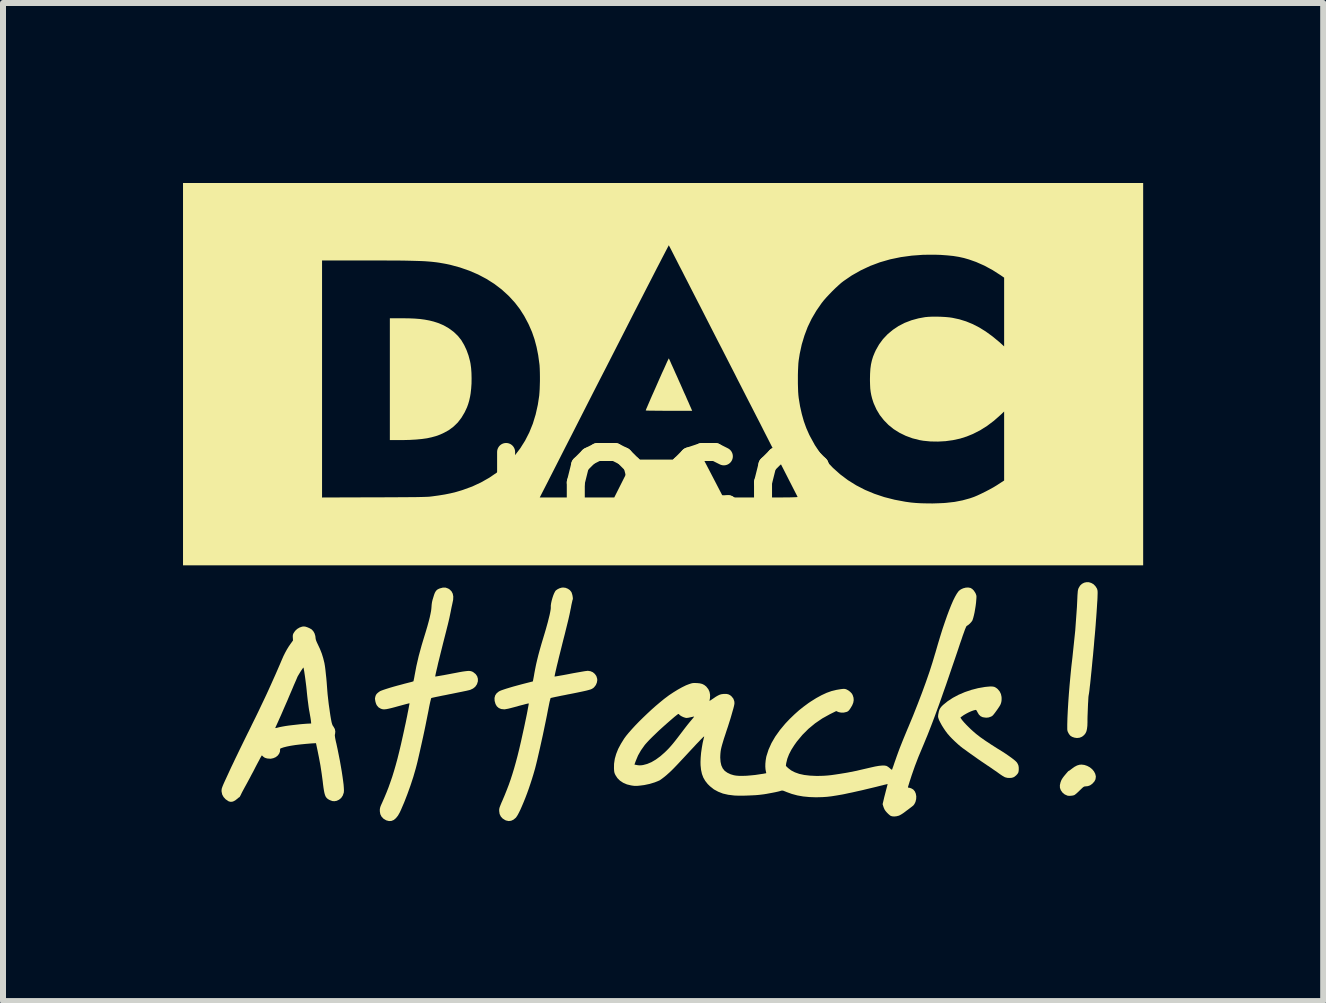
<source format=kicad_pcb>
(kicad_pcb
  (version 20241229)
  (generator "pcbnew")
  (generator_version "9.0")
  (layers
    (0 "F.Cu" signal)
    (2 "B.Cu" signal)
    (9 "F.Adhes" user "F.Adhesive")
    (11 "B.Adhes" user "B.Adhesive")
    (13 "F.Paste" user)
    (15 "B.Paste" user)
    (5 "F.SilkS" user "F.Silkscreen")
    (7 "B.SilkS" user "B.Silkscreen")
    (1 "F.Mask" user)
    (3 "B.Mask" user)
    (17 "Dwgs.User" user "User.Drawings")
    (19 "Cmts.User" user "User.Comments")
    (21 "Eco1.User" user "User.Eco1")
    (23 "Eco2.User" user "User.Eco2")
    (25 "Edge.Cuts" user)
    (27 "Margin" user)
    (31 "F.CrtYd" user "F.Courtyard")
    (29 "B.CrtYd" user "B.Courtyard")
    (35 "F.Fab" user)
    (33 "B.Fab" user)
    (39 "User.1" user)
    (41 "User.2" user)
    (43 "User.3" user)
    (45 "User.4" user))
  (footprint "LOGO"
    (layer "F.Cu")
    (at 7.997 5.317)
    (property "Reference" "LOGO" (at 0 0 0) (layer "F.SilkS") (effects (font (size 1.524 1.524) (thickness 0.3))))
    (attr board_only exclude_from_pos_files exclude_from_bom)
    (fp_poly (pts (xy -4.238 -3.062) (xy -4.139 -3.058) (xy -4.049 -3.051) (xy -3.968 -3.04) (xy -3.892 -3.026) (xy -3.82 -3.008) (xy -3.751 -2.986) (xy -3.747 -2.985) (xy -3.653 -2.945) (xy -3.566 -2.895) (xy -3.486 -2.836) (xy -3.416 -2.769) (xy -3.357 -2.695) (xy -3.357 -2.694) (xy -3.312 -2.618) (xy -3.272 -2.533) (xy -3.239 -2.442) (xy -3.214 -2.348) (xy -3.206 -2.308) (xy -3.196 -2.235) (xy -3.19 -2.153) (xy -3.188 -2.065) (xy -3.189 -1.976) (xy -3.195 -1.89) (xy -3.204 -1.81) (xy -3.213 -1.757) (xy -3.228 -1.69) (xy -3.245 -1.632) (xy -3.265 -1.577) (xy -3.292 -1.52) (xy -3.302 -1.498) (xy -3.356 -1.407) (xy -3.417 -1.327) (xy -3.487 -1.259) (xy -3.564 -1.201) (xy -3.583 -1.19) (xy -3.647 -1.155) (xy -3.712 -1.125) (xy -3.78 -1.1) (xy -3.853 -1.08) (xy -3.931 -1.063) (xy -4.017 -1.051) (xy -4.112 -1.042) (xy -4.217 -1.036) (xy -4.333 -1.033) (xy -4.391 -1.033) (xy -4.55 -1.033) (xy -4.55 -3.063) (xy -4.349 -3.063)) (stroke (width 0) (type solid)) (fill yes) (layer "F.SilkS"))
    (fp_poly (pts (xy 0.102 -2.388) (xy 0.111 -2.37) (xy 0.124 -2.341) (xy 0.14 -2.304) (xy 0.161 -2.258) (xy 0.184 -2.207) (xy 0.209 -2.15) (xy 0.237 -2.089) (xy 0.265 -2.025) (xy 0.294 -1.961) (xy 0.323 -1.895) (xy 0.351 -1.831) (xy 0.379 -1.77) (xy 0.404 -1.712) (xy 0.428 -1.659) (xy 0.448 -1.612) (xy 0.466 -1.572) (xy 0.475 -1.551) (xy 0.488 -1.521) (xy 0.101 -1.521) (xy 0.029 -1.521) (xy -0.039 -1.522) (xy -0.101 -1.522) (xy -0.156 -1.523) (xy -0.203 -1.523) (xy -0.241 -1.524) (xy -0.268 -1.525) (xy -0.283 -1.526) (xy -0.286 -1.526) (xy -0.283 -1.535) (xy -0.276 -1.554) (xy -0.263 -1.583) (xy -0.247 -1.621) (xy -0.227 -1.667) (xy -0.205 -1.719) (xy -0.18 -1.776) (xy -0.153 -1.836) (xy -0.125 -1.899) (xy -0.097 -1.963) (xy -0.069 -2.027) (xy -0.041 -2.09) (xy -0.014 -2.151) (xy 0.012 -2.207) (xy 0.035 -2.258) (xy 0.055 -2.303) (xy 0.072 -2.341) (xy 0.086 -2.369) (xy 0.095 -2.388) (xy 0.099 -2.395) (xy 0.099 -2.395)) (stroke (width 0) (type solid)) (fill yes) (layer "F.SilkS"))
    (fp_poly (pts (xy 7.025 4.381) (xy 7.072 4.397) (xy 7.116 4.421) (xy 7.154 4.452) (xy 7.184 4.488) (xy 7.205 4.528) (xy 7.215 4.569) (xy 7.215 4.579) (xy 7.21 4.619) (xy 7.192 4.655) (xy 7.161 4.69) (xy 7.155 4.695) (xy 7.119 4.721) (xy 7.082 4.734) (xy 7.044 4.738) (xy 7.031 4.739) (xy 7.021 4.742) (xy 7.009 4.748) (xy 6.994 4.76) (xy 6.974 4.779) (xy 6.946 4.806) (xy 6.946 4.806) (xy 6.919 4.832) (xy 6.894 4.855) (xy 6.873 4.872) (xy 6.859 4.882) (xy 6.857 4.883) (xy 6.835 4.89) (xy 6.805 4.894) (xy 6.775 4.896) (xy 6.75 4.894) (xy 6.741 4.892) (xy 6.696 4.872) (xy 6.659 4.841) (xy 6.657 4.838) (xy 6.631 4.801) (xy 6.617 4.761) (xy 6.616 4.718) (xy 6.627 4.67) (xy 6.629 4.666) (xy 6.638 4.641) (xy 6.649 4.619) (xy 6.664 4.596) (xy 6.684 4.569) (xy 6.709 4.539) (xy 6.731 4.513) (xy 6.746 4.496) (xy 6.755 4.486) (xy 6.761 4.481) (xy 6.765 4.48) (xy 6.765 4.48) (xy 6.773 4.476) (xy 6.788 4.465) (xy 6.808 4.45) (xy 6.814 4.445) (xy 6.86 4.412) (xy 6.902 4.39) (xy 6.942 4.378) (xy 6.976 4.375)) (stroke (width 0) (type solid)) (fill yes) (layer "F.SilkS"))
    (fp_poly (pts (xy 7.1 1.336) (xy 7.139 1.348) (xy 7.176 1.369) (xy 7.208 1.401) (xy 7.234 1.442) (xy 7.236 1.448) (xy 7.239 1.457) (xy 7.242 1.468) (xy 7.244 1.482) (xy 7.245 1.5) (xy 7.245 1.523) (xy 7.244 1.553) (xy 7.243 1.59) (xy 7.241 1.636) (xy 7.237 1.691) (xy 7.233 1.757) (xy 7.228 1.834) (xy 7.222 1.919) (xy 7.217 1.982) (xy 7.212 2.052) (xy 7.206 2.127) (xy 7.199 2.208) (xy 7.191 2.292) (xy 7.184 2.379) (xy 7.176 2.467) (xy 7.168 2.556) (xy 7.159 2.643) (xy 7.151 2.728) (xy 7.143 2.811) (xy 7.135 2.888) (xy 7.128 2.96) (xy 7.121 3.026) (xy 7.114 3.083) (xy 7.109 3.132) (xy 7.104 3.17) (xy 7.1 3.197) (xy 7.097 3.212) (xy 7.097 3.213) (xy 7.095 3.224) (xy 7.092 3.247) (xy 7.09 3.279) (xy 7.088 3.32) (xy 7.085 3.366) (xy 7.083 3.416) (xy 7.081 3.469) (xy 7.079 3.521) (xy 7.077 3.571) (xy 7.076 3.618) (xy 7.076 3.658) (xy 7.076 3.668) (xy 7.074 3.729) (xy 7.068 3.779) (xy 7.059 3.819) (xy 7.044 3.852) (xy 7.023 3.879) (xy 7.021 3.882) (xy 6.986 3.91) (xy 6.945 3.927) (xy 6.9 3.932) (xy 6.859 3.926) (xy 6.821 3.913) (xy 6.792 3.895) (xy 6.771 3.87) (xy 6.758 3.849) (xy 6.75 3.832) (xy 6.744 3.818) (xy 6.741 3.804) (xy 6.739 3.785) (xy 6.739 3.761) (xy 6.739 3.726) (xy 6.739 3.709) (xy 6.742 3.597) (xy 6.748 3.473) (xy 6.756 3.339) (xy 6.766 3.197) (xy 6.778 3.05) (xy 6.792 2.898) (xy 6.807 2.745) (xy 6.825 2.591) (xy 6.831 2.533) (xy 6.872 2.142) (xy 6.9 1.752) (xy 6.907 1.605) (xy 6.909 1.556) (xy 6.912 1.519) (xy 6.914 1.491) (xy 6.917 1.47) (xy 6.921 1.454) (xy 6.926 1.439) (xy 6.929 1.432) (xy 6.953 1.392) (xy 6.984 1.363) (xy 7.02 1.344) (xy 7.059 1.335)) (stroke (width 0) (type solid)) (fill yes) (layer "F.SilkS"))
    (fp_poly (pts (xy 5.492 3.074) (xy 5.521 3.079) (xy 5.546 3.091) (xy 5.57 3.108) (xy 5.583 3.12) (xy 5.614 3.158) (xy 5.634 3.2) (xy 5.644 3.248) (xy 5.645 3.276) (xy 5.644 3.306) (xy 5.64 3.332) (xy 5.633 3.357) (xy 5.622 3.383) (xy 5.604 3.412) (xy 5.58 3.448) (xy 5.558 3.479) (xy 5.534 3.512) (xy 5.515 3.536) (xy 5.501 3.553) (xy 5.488 3.564) (xy 5.476 3.572) (xy 5.461 3.578) (xy 5.457 3.58) (xy 5.426 3.59) (xy 5.395 3.593) (xy 5.372 3.592) (xy 5.329 3.585) (xy 5.295 3.569) (xy 5.266 3.541) (xy 5.244 3.504) (xy 5.232 3.481) (xy 5.224 3.469) (xy 5.216 3.464) (xy 5.205 3.464) (xy 5.204 3.465) (xy 5.174 3.473) (xy 5.136 3.487) (xy 5.094 3.506) (xy 5.052 3.528) (xy 5.013 3.551) (xy 4.982 3.573) (xy 4.979 3.575) (xy 4.958 3.592) (xy 4.979 3.623) (xy 4.998 3.647) (xy 5.025 3.678) (xy 5.058 3.713) (xy 5.096 3.751) (xy 5.135 3.789) (xy 5.174 3.824) (xy 5.21 3.855) (xy 5.219 3.863) (xy 5.29 3.918) (xy 5.374 3.977) (xy 5.469 4.04) (xy 5.574 4.107) (xy 5.596 4.12) (xy 5.657 4.158) (xy 5.714 4.195) (xy 5.766 4.231) (xy 5.812 4.264) (xy 5.85 4.293) (xy 5.879 4.318) (xy 5.897 4.337) (xy 5.9 4.34) (xy 5.913 4.362) (xy 5.923 4.385) (xy 5.925 4.39) (xy 5.93 4.418) (xy 5.931 4.451) (xy 5.929 4.482) (xy 5.924 4.506) (xy 5.91 4.53) (xy 5.887 4.555) (xy 5.86 4.577) (xy 5.846 4.585) (xy 5.816 4.595) (xy 5.78 4.598) (xy 5.74 4.596) (xy 5.705 4.587) (xy 5.701 4.586) (xy 5.683 4.576) (xy 5.657 4.561) (xy 5.627 4.541) (xy 5.603 4.524) (xy 5.577 4.505) (xy 5.541 4.48) (xy 5.5 4.452) (xy 5.457 4.422) (xy 5.414 4.393) (xy 5.41 4.391) (xy 5.359 4.356) (xy 5.304 4.319) (xy 5.246 4.279) (xy 5.189 4.238) (xy 5.133 4.199) (xy 5.08 4.161) (xy 5.034 4.127) (xy 4.994 4.099) (xy 4.965 4.076) (xy 4.965 4.076) (xy 4.921 4.039) (xy 4.873 3.995) (xy 4.825 3.949) (xy 4.781 3.903) (xy 4.744 3.861) (xy 4.74 3.855) (xy 4.709 3.814) (xy 4.678 3.768) (xy 4.648 3.72) (xy 4.623 3.674) (xy 4.603 3.634) (xy 4.598 3.621) (xy 4.59 3.597) (xy 4.586 3.579) (xy 4.587 3.559) (xy 4.59 3.532) (xy 4.591 3.531) (xy 4.599 3.489) (xy 4.61 3.456) (xy 4.626 3.429) (xy 4.648 3.402) (xy 4.671 3.38) (xy 4.746 3.319) (xy 4.833 3.262) (xy 4.929 3.211) (xy 5.032 3.167) (xy 5.141 3.13) (xy 5.254 3.101) (xy 5.369 3.081) (xy 5.41 3.077) (xy 5.456 3.073)) (stroke (width 0) (type solid)) (fill yes) (layer "F.SilkS"))
    (fp_poly (pts (xy -3.62 1.426) (xy -3.578 1.441) (xy -3.553 1.457) (xy -3.522 1.488) (xy -3.502 1.527) (xy -3.493 1.573) (xy -3.495 1.625) (xy -3.498 1.643) (xy -3.503 1.666) (xy -3.51 1.7) (xy -3.519 1.74) (xy -3.528 1.784) (xy -3.535 1.821) (xy -3.546 1.874) (xy -3.558 1.932) (xy -3.572 1.992) (xy -3.585 2.046) (xy -3.591 2.069) (xy -3.616 2.169) (xy -3.641 2.267) (xy -3.665 2.361) (xy -3.687 2.45) (xy -3.708 2.534) (xy -3.727 2.612) (xy -3.745 2.683) (xy -3.759 2.746) (xy -3.772 2.8) (xy -3.782 2.843) (xy -3.789 2.877) (xy -3.793 2.898) (xy -3.794 2.907) (xy -3.794 2.907) (xy -3.786 2.907) (xy -3.767 2.904) (xy -3.737 2.899) (xy -3.697 2.892) (xy -3.65 2.884) (xy -3.597 2.874) (xy -3.539 2.863) (xy -3.53 2.861) (xy -3.455 2.847) (xy -3.393 2.835) (xy -3.342 2.826) (xy -3.3 2.82) (xy -3.266 2.816) (xy -3.239 2.814) (xy -3.218 2.815) (xy -3.2 2.818) (xy -3.184 2.823) (xy -3.17 2.829) (xy -3.157 2.837) (xy -3.12 2.867) (xy -3.095 2.903) (xy -3.083 2.944) (xy -3.083 2.987) (xy -3.097 3.032) (xy -3.102 3.042) (xy -3.128 3.079) (xy -3.163 3.107) (xy -3.207 3.128) (xy -3.223 3.133) (xy -3.24 3.137) (xy -3.269 3.144) (xy -3.308 3.152) (xy -3.355 3.162) (xy -3.41 3.173) (xy -3.469 3.185) (xy -3.532 3.198) (xy -3.56 3.203) (xy -3.622 3.216) (xy -3.68 3.227) (xy -3.732 3.238) (xy -3.777 3.247) (xy -3.814 3.255) (xy -3.841 3.261) (xy -3.856 3.265) (xy -3.859 3.266) (xy -3.863 3.274) (xy -3.868 3.294) (xy -3.876 3.325) (xy -3.885 3.366) (xy -3.895 3.414) (xy -3.905 3.468) (xy -3.905 3.469) (xy -3.921 3.548) (xy -3.938 3.633) (xy -3.956 3.723) (xy -3.975 3.815) (xy -3.995 3.908) (xy -4.015 3.999) (xy -4.035 4.088) (xy -4.054 4.173) (xy -4.072 4.251) (xy -4.088 4.321) (xy -4.103 4.381) (xy -4.116 4.43) (xy -4.118 4.438) (xy -4.159 4.58) (xy -4.206 4.723) (xy -4.257 4.865) (xy -4.31 5.002) (xy -4.365 5.13) (xy -4.384 5.171) (xy -4.415 5.226) (xy -4.449 5.268) (xy -4.485 5.298) (xy -4.524 5.314) (xy -4.565 5.316) (xy -4.607 5.305) (xy -4.612 5.303) (xy -4.656 5.277) (xy -4.688 5.243) (xy -4.709 5.202) (xy -4.717 5.154) (xy -4.717 5.144) (xy -4.717 5.122) (xy -4.714 5.102) (xy -4.709 5.082) (xy -4.7 5.058) (xy -4.686 5.026) (xy -4.681 5.016) (xy -4.642 4.927) (xy -4.606 4.841) (xy -4.572 4.754) (xy -4.541 4.667) (xy -4.51 4.577) (xy -4.481 4.483) (xy -4.452 4.383) (xy -4.423 4.276) (xy -4.394 4.16) (xy -4.364 4.034) (xy -4.333 3.896) (xy -4.324 3.855) (xy -4.312 3.801) (xy -4.3 3.743) (xy -4.287 3.685) (xy -4.275 3.626) (xy -4.263 3.569) (xy -4.253 3.516) (xy -4.243 3.467) (xy -4.235 3.425) (xy -4.229 3.391) (xy -4.224 3.367) (xy -4.223 3.354) (xy -4.223 3.353) (xy -4.23 3.354) (xy -4.249 3.359) (xy -4.277 3.366) (xy -4.314 3.376) (xy -4.358 3.388) (xy -4.406 3.401) (xy -4.41 3.402) (xy -4.475 3.42) (xy -4.529 3.434) (xy -4.572 3.444) (xy -4.607 3.451) (xy -4.635 3.454) (xy -4.659 3.454) (xy -4.678 3.451) (xy -4.696 3.445) (xy -4.702 3.443) (xy -4.739 3.421) (xy -4.766 3.389) (xy -4.773 3.377) (xy -4.782 3.355) (xy -4.79 3.328) (xy -4.795 3.3) (xy -4.798 3.276) (xy -4.797 3.267) (xy -4.791 3.239) (xy -4.784 3.22) (xy -4.775 3.204) (xy -4.765 3.192) (xy -4.745 3.174) (xy -4.72 3.156) (xy -4.71 3.15) (xy -4.686 3.14) (xy -4.65 3.127) (xy -4.604 3.112) (xy -4.55 3.095) (xy -4.489 3.077) (xy -4.424 3.059) (xy -4.356 3.041) (xy -4.309 3.028) (xy -4.266 3.017) (xy -4.227 3.007) (xy -4.195 2.999) (xy -4.172 2.992) (xy -4.159 2.988) (xy -4.158 2.987) (xy -4.155 2.979) (xy -4.151 2.96) (xy -4.145 2.932) (xy -4.139 2.899) (xy -4.138 2.892) (xy -4.108 2.734) (xy -4.069 2.565) (xy -4.02 2.386) (xy -3.985 2.27) (xy -3.953 2.166) (xy -3.926 2.075) (xy -3.904 1.995) (xy -3.886 1.925) (xy -3.873 1.865) (xy -3.863 1.814) (xy -3.858 1.771) (xy -3.856 1.745) (xy -3.853 1.706) (xy -3.848 1.67) (xy -3.839 1.631) (xy -3.828 1.595) (xy -3.814 1.549) (xy -3.801 1.514) (xy -3.787 1.489) (xy -3.772 1.47) (xy -3.753 1.455) (xy -3.728 1.443) (xy -3.714 1.438) (xy -3.665 1.425)) (stroke (width 0) (type solid)) (fill yes) (layer "F.SilkS"))
    (fp_poly (pts (xy -1.622 1.429) (xy -1.583 1.445) (xy -1.55 1.468) (xy -1.526 1.498) (xy -1.524 1.501) (xy -1.516 1.523) (xy -1.508 1.55) (xy -1.503 1.578) (xy -1.5 1.602) (xy -1.501 1.619) (xy -1.502 1.623) (xy -1.506 1.633) (xy -1.511 1.655) (xy -1.518 1.686) (xy -1.526 1.723) (xy -1.532 1.758) (xy -1.54 1.795) (xy -1.547 1.832) (xy -1.555 1.87) (xy -1.564 1.91) (xy -1.574 1.954) (xy -1.586 2.003) (xy -1.6 2.06) (xy -1.616 2.124) (xy -1.634 2.198) (xy -1.656 2.283) (xy -1.67 2.338) (xy -1.692 2.427) (xy -1.713 2.511) (xy -1.733 2.59) (xy -1.75 2.662) (xy -1.766 2.726) (xy -1.779 2.783) (xy -1.79 2.83) (xy -1.798 2.867) (xy -1.803 2.892) (xy -1.805 2.906) (xy -1.805 2.907) (xy -1.798 2.907) (xy -1.778 2.904) (xy -1.748 2.899) (xy -1.709 2.892) (xy -1.662 2.884) (xy -1.608 2.874) (xy -1.551 2.863) (xy -1.543 2.861) (xy -1.484 2.85) (xy -1.427 2.84) (xy -1.375 2.831) (xy -1.33 2.823) (xy -1.293 2.817) (xy -1.266 2.814) (xy -1.252 2.812) (xy -1.251 2.812) (xy -1.206 2.819) (xy -1.167 2.836) (xy -1.134 2.864) (xy -1.109 2.899) (xy -1.096 2.94) (xy -1.093 2.966) (xy -1.1 3.008) (xy -1.117 3.049) (xy -1.144 3.084) (xy -1.161 3.1) (xy -1.173 3.107) (xy -1.185 3.114) (xy -1.2 3.121) (xy -1.22 3.127) (xy -1.244 3.134) (xy -1.275 3.142) (xy -1.314 3.151) (xy -1.361 3.161) (xy -1.418 3.173) (xy -1.487 3.187) (xy -1.568 3.203) (xy -1.571 3.203) (xy -1.633 3.216) (xy -1.691 3.227) (xy -1.743 3.238) (xy -1.788 3.247) (xy -1.825 3.255) (xy -1.852 3.261) (xy -1.867 3.265) (xy -1.87 3.266) (xy -1.874 3.274) (xy -1.879 3.294) (xy -1.887 3.324) (xy -1.895 3.362) (xy -1.904 3.407) (xy -1.913 3.451) (xy -1.933 3.556) (xy -1.955 3.664) (xy -1.978 3.775) (xy -2.001 3.885) (xy -2.025 3.993) (xy -2.048 4.097) (xy -2.071 4.196) (xy -2.092 4.288) (xy -2.112 4.37) (xy -2.13 4.441) (xy -2.136 4.462) (xy -2.158 4.538) (xy -2.182 4.616) (xy -2.208 4.696) (xy -2.235 4.776) (xy -2.263 4.854) (xy -2.292 4.93) (xy -2.321 5.002) (xy -2.349 5.068) (xy -2.375 5.127) (xy -2.4 5.178) (xy -2.422 5.219) (xy -2.442 5.249) (xy -2.451 5.261) (xy -2.49 5.293) (xy -2.529 5.311) (xy -2.57 5.316) (xy -2.612 5.307) (xy -2.627 5.301) (xy -2.67 5.274) (xy -2.701 5.24) (xy -2.721 5.198) (xy -2.728 5.149) (xy -2.728 5.142) (xy -2.728 5.125) (xy -2.726 5.109) (xy -2.722 5.092) (xy -2.714 5.07) (xy -2.703 5.042) (xy -2.688 5.005) (xy -2.673 4.972) (xy -2.636 4.884) (xy -2.601 4.797) (xy -2.568 4.711) (xy -2.537 4.623) (xy -2.508 4.533) (xy -2.479 4.438) (xy -2.451 4.338) (xy -2.422 4.229) (xy -2.393 4.112) (xy -2.363 3.983) (xy -2.338 3.869) (xy -2.327 3.819) (xy -2.315 3.765) (xy -2.303 3.708) (xy -2.291 3.65) (xy -2.279 3.593) (xy -2.268 3.539) (xy -2.258 3.488) (xy -2.25 3.444) (xy -2.243 3.406) (xy -2.238 3.378) (xy -2.235 3.361) (xy -2.235 3.356) (xy -2.242 3.356) (xy -2.26 3.36) (xy -2.289 3.367) (xy -2.325 3.377) (xy -2.369 3.388) (xy -2.417 3.401) (xy -2.421 3.403) (xy -2.486 3.42) (xy -2.539 3.434) (xy -2.58 3.444) (xy -2.613 3.45) (xy -2.636 3.454) (xy -2.646 3.454) (xy -2.695 3.449) (xy -2.735 3.432) (xy -2.767 3.404) (xy -2.789 3.366) (xy -2.803 3.317) (xy -2.804 3.313) (xy -2.806 3.265) (xy -2.795 3.223) (xy -2.772 3.188) (xy -2.737 3.159) (xy -2.721 3.15) (xy -2.696 3.139) (xy -2.659 3.126) (xy -2.611 3.11) (xy -2.555 3.093) (xy -2.491 3.074) (xy -2.421 3.055) (xy -2.347 3.035) (xy -2.324 3.029) (xy -2.167 2.989) (xy -2.162 2.965) (xy -2.159 2.949) (xy -2.154 2.923) (xy -2.148 2.89) (xy -2.142 2.854) (xy -2.142 2.854) (xy -2.128 2.78) (xy -2.113 2.706) (xy -2.095 2.629) (xy -2.075 2.548) (xy -2.051 2.46) (xy -2.024 2.365) (xy -1.992 2.259) (xy -1.975 2.202) (xy -1.954 2.132) (xy -1.935 2.064) (xy -1.917 1.999) (xy -1.902 1.938) (xy -1.888 1.882) (xy -1.878 1.834) (xy -1.871 1.795) (xy -1.868 1.767) (xy -1.868 1.753) (xy -1.868 1.725) (xy -1.863 1.688) (xy -1.854 1.646) (xy -1.842 1.602) (xy -1.828 1.559) (xy -1.813 1.522) (xy -1.797 1.491) (xy -1.785 1.474) (xy -1.759 1.455) (xy -1.726 1.438) (xy -1.69 1.427) (xy -1.663 1.424)) (stroke (width 0) (type solid)) (fill yes) (layer "F.SilkS"))
    (fp_poly (pts (xy -5.954 2.077) (xy -5.921 2.088) (xy -5.887 2.103) (xy -5.856 2.121) (xy -5.852 2.124) (xy -5.826 2.152) (xy -5.805 2.189) (xy -5.792 2.232) (xy -5.789 2.258) (xy -5.786 2.283) (xy -5.778 2.31) (xy -5.765 2.341) (xy -5.755 2.362) (xy -5.716 2.445) (xy -5.685 2.523) (xy -5.661 2.6) (xy -5.641 2.681) (xy -5.639 2.692) (xy -5.634 2.721) (xy -5.628 2.762) (xy -5.622 2.813) (xy -5.616 2.871) (xy -5.609 2.934) (xy -5.603 3.001) (xy -5.598 3.068) (xy -5.593 3.134) (xy -5.593 3.137) (xy -5.587 3.207) (xy -5.578 3.287) (xy -5.568 3.373) (xy -5.555 3.462) (xy -5.551 3.492) (xy -5.542 3.553) (xy -5.534 3.601) (xy -5.527 3.639) (xy -5.521 3.669) (xy -5.515 3.691) (xy -5.509 3.709) (xy -5.503 3.723) (xy -5.495 3.735) (xy -5.489 3.743) (xy -5.467 3.782) (xy -5.459 3.823) (xy -5.463 3.864) (xy -5.466 3.876) (xy -5.467 3.889) (xy -5.465 3.906) (xy -5.462 3.929) (xy -5.456 3.961) (xy -5.447 4.003) (xy -5.443 4.017) (xy -5.421 4.119) (xy -5.401 4.219) (xy -5.382 4.315) (xy -5.366 4.407) (xy -5.351 4.494) (xy -5.339 4.574) (xy -5.329 4.646) (xy -5.321 4.709) (xy -5.317 4.762) (xy -5.315 4.805) (xy -5.317 4.835) (xy -5.318 4.843) (xy -5.335 4.892) (xy -5.362 4.932) (xy -5.398 4.961) (xy -5.437 4.979) (xy -5.473 4.985) (xy -5.507 4.983) (xy -5.543 4.97) (xy -5.555 4.965) (xy -5.576 4.953) (xy -5.594 4.94) (xy -5.608 4.925) (xy -5.621 4.906) (xy -5.631 4.881) (xy -5.64 4.85) (xy -5.648 4.81) (xy -5.656 4.76) (xy -5.664 4.699) (xy -5.669 4.654) (xy -5.687 4.52) (xy -5.707 4.389) (xy -5.732 4.255) (xy -5.754 4.146) (xy -5.781 4.018) (xy -5.854 4.022) (xy -5.949 4.03) (xy -6.04 4.039) (xy -6.124 4.049) (xy -6.2 4.061) (xy -6.266 4.074) (xy -6.321 4.088) (xy -6.33 4.091) (xy -6.356 4.1) (xy -6.371 4.106) (xy -6.378 4.112) (xy -6.38 4.121) (xy -6.379 4.126) (xy -6.382 4.161) (xy -6.396 4.195) (xy -6.42 4.226) (xy -6.452 4.251) (xy -6.491 4.268) (xy -6.533 4.277) (xy -6.545 4.277) (xy -6.595 4.273) (xy -6.634 4.261) (xy -6.661 4.242) (xy -6.683 4.221) (xy -6.693 4.237) (xy -6.699 4.247) (xy -6.711 4.268) (xy -6.726 4.298) (xy -6.746 4.335) (xy -6.769 4.378) (xy -6.793 4.424) (xy -6.8 4.438) (xy -6.827 4.491) (xy -6.856 4.544) (xy -6.883 4.596) (xy -6.909 4.644) (xy -6.931 4.685) (xy -6.948 4.716) (xy -6.969 4.754) (xy -6.99 4.793) (xy -7.01 4.83) (xy -7.025 4.86) (xy -7.027 4.865) (xy -7.039 4.889) (xy -7.049 4.907) (xy -7.054 4.916) (xy -7.055 4.917) (xy -7.059 4.918) (xy -7.072 4.927) (xy -7.089 4.942) (xy -7.089 4.942) (xy -7.129 4.973) (xy -7.165 4.991) (xy -7.199 4.996) (xy -7.232 4.989) (xy -7.24 4.985) (xy -7.286 4.954) (xy -7.321 4.916) (xy -7.344 4.874) (xy -7.354 4.827) (xy -7.355 4.813) (xy -7.354 4.795) (xy -7.352 4.778) (xy -7.346 4.759) (xy -7.337 4.734) (xy -7.324 4.703) (xy -7.309 4.669) (xy -7.278 4.602) (xy -7.249 4.539) (xy -7.22 4.476) (xy -7.191 4.413) (xy -7.16 4.349) (xy -7.128 4.281) (xy -7.093 4.209) (xy -7.055 4.13) (xy -7.013 4.044) (xy -6.966 3.948) (xy -6.914 3.842) (xy -6.908 3.831) (xy -6.874 3.762) (xy -6.459 3.762) (xy -6.458 3.767) (xy -6.45 3.766) (xy -6.446 3.765) (xy -6.432 3.762) (xy -6.409 3.756) (xy -6.38 3.749) (xy -6.369 3.747) (xy -6.333 3.74) (xy -6.287 3.732) (xy -6.232 3.724) (xy -6.172 3.717) (xy -6.11 3.71) (xy -6.049 3.703) (xy -5.991 3.698) (xy -5.94 3.694) (xy -5.898 3.692) (xy -5.881 3.691) (xy -5.861 3.691) (xy -5.865 3.648) (xy -5.868 3.625) (xy -5.873 3.593) (xy -5.88 3.554) (xy -5.887 3.513) (xy -5.89 3.496) (xy -5.897 3.46) (xy -5.904 3.413) (xy -5.911 3.358) (xy -5.919 3.299) (xy -5.926 3.238) (xy -5.932 3.182) (xy -5.937 3.129) (xy -5.943 3.073) (xy -5.95 3.017) (xy -5.957 2.962) (xy -5.964 2.91) (xy -5.971 2.863) (xy -5.977 2.822) (xy -5.983 2.79) (xy -5.987 2.768) (xy -5.99 2.758) (xy -5.991 2.758) (xy -5.995 2.762) (xy -6.005 2.776) (xy -6.019 2.796) (xy -6.035 2.82) (xy -6.051 2.846) (xy -6.066 2.871) (xy -6.078 2.891) (xy -6.084 2.901) (xy -6.09 2.913) (xy -6.1 2.937) (xy -6.114 2.97) (xy -6.132 3.011) (xy -6.153 3.059) (xy -6.175 3.112) (xy -6.199 3.168) (xy -6.202 3.175) (xy -6.229 3.238) (xy -6.257 3.305) (xy -6.286 3.371) (xy -6.314 3.435) (xy -6.339 3.493) (xy -6.361 3.544) (xy -6.374 3.573) (xy -6.394 3.617) (xy -6.412 3.658) (xy -6.428 3.693) (xy -6.441 3.722) (xy -6.45 3.741) (xy -6.452 3.746) (xy -6.459 3.762) (xy -6.874 3.762) (xy -6.847 3.706) (xy -6.791 3.593) (xy -6.74 3.488) (xy -6.694 3.391) (xy -6.65 3.299) (xy -6.609 3.212) (xy -6.57 3.127) (xy -6.532 3.043) (xy -6.494 2.958) (xy -6.455 2.871) (xy -6.415 2.779) (xy -6.373 2.682) (xy -6.354 2.637) (xy -6.324 2.568) (xy -6.295 2.51) (xy -6.267 2.459) (xy -6.238 2.411) (xy -6.205 2.363) (xy -6.164 2.306) (xy -6.167 2.26) (xy -6.168 2.231) (xy -6.165 2.209) (xy -6.157 2.189) (xy -6.155 2.185) (xy -6.129 2.147) (xy -6.095 2.115) (xy -6.055 2.091) (xy -6.012 2.076) (xy -5.982 2.073)) (stroke (width 0) (type solid)) (fill yes) (layer "F.SilkS"))
    (fp_poly (pts (xy 8.004 1.054) (xy -7.997 1.054) (xy -7.997 -4.026) (xy -5.68 -4.026) (xy -5.68 -0.076) (xy -5.448 -0.077) (xy -2.052 -0.077) (xy -0.81 -0.077) (xy -0.651 -0.393) (xy -0.492 -0.708) (xy 0.68 -0.708) (xy 0.844 -0.393) (xy 1.008 -0.077) (xy 1.628 -0.077) (xy 1.738 -0.077) (xy 1.835 -0.077) (xy 1.92 -0.077) (xy 1.992 -0.077) (xy 2.054 -0.078) (xy 2.106 -0.078) (xy 2.148 -0.079) (xy 2.181 -0.08) (xy 2.207 -0.081) (xy 2.225 -0.082) (xy 2.237 -0.083) (xy 2.244 -0.084) (xy 2.245 -0.086) (xy 2.241 -0.093) (xy 2.232 -0.112) (xy 2.216 -0.143) (xy 2.195 -0.184) (xy 2.169 -0.235) (xy 2.138 -0.296) (xy 2.102 -0.366) (xy 2.062 -0.445) (xy 2.018 -0.531) (xy 1.97 -0.625) (xy 1.919 -0.726) (xy 1.864 -0.833) (xy 1.806 -0.945) (xy 1.746 -1.063) (xy 1.683 -1.186) (xy 1.619 -1.313) (xy 1.552 -1.443) (xy 1.484 -1.576) (xy 1.414 -1.712) (xy 1.344 -1.849) (xy 1.273 -1.988) (xy 1.242 -2.048) (xy 2.25 -2.048) (xy 2.25 -1.975) (xy 2.252 -1.905) (xy 2.254 -1.841) (xy 2.258 -1.785) (xy 2.263 -1.74) (xy 2.263 -1.738) (xy 2.286 -1.597) (xy 2.315 -1.468) (xy 2.349 -1.347) (xy 2.39 -1.233) (xy 2.439 -1.122) (xy 2.453 -1.095) (xy 2.533 -0.949) (xy 2.624 -0.812) (xy 2.725 -0.685) (xy 2.835 -0.569) (xy 2.955 -0.462) (xy 3.084 -0.365) (xy 3.222 -0.279) (xy 3.369 -0.203) (xy 3.525 -0.138) (xy 3.689 -0.083) (xy 3.862 -0.039) (xy 4.043 -0.005) (xy 4.138 0.008) (xy 4.215 0.015) (xy 4.303 0.02) (xy 4.397 0.022) (xy 4.494 0.023) (xy 4.591 0.02) (xy 4.683 0.016) (xy 4.721 0.013) (xy 4.863 -0.003) (xy 4.996 -0.029) (xy 5.119 -0.063) (xy 5.185 -0.086) (xy 5.242 -0.11) (xy 5.306 -0.14) (xy 5.375 -0.174) (xy 5.444 -0.21) (xy 5.511 -0.247) (xy 5.57 -0.283) (xy 5.591 -0.297) (xy 5.687 -0.359) (xy 5.687 -0.934) (xy 5.687 -1.509) (xy 5.628 -1.453) (xy 5.517 -1.355) (xy 5.403 -1.269) (xy 5.287 -1.196) (xy 5.167 -1.135) (xy 5.064 -1.093) (xy 4.954 -1.058) (xy 4.835 -1.032) (xy 4.711 -1.015) (xy 4.585 -1.008) (xy 4.46 -1.01) (xy 4.339 -1.022) (xy 4.276 -1.033) (xy 4.158 -1.063) (xy 4.047 -1.104) (xy 3.943 -1.155) (xy 3.847 -1.215) (xy 3.76 -1.285) (xy 3.683 -1.364) (xy 3.615 -1.45) (xy 3.559 -1.544) (xy 3.514 -1.644) (xy 3.504 -1.672) (xy 3.486 -1.729) (xy 3.473 -1.782) (xy 3.463 -1.835) (xy 3.456 -1.891) (xy 3.453 -1.953) (xy 3.451 -2.024) (xy 3.451 -2.048) (xy 3.453 -2.139) (xy 3.458 -2.22) (xy 3.468 -2.293) (xy 3.483 -2.36) (xy 3.503 -2.425) (xy 3.53 -2.491) (xy 3.548 -2.53) (xy 3.603 -2.627) (xy 3.669 -2.717) (xy 3.746 -2.798) (xy 3.832 -2.87) (xy 3.928 -2.934) (xy 4.031 -2.987) (xy 4.143 -3.03) (xy 4.261 -3.062) (xy 4.371 -3.082) (xy 4.427 -3.087) (xy 4.493 -3.09) (xy 4.565 -3.09) (xy 4.638 -3.088) (xy 4.71 -3.084) (xy 4.775 -3.078) (xy 4.823 -3.071) (xy 4.94 -3.046) (xy 5.053 -3.011) (xy 5.163 -2.966) (xy 5.272 -2.91) (xy 5.38 -2.843) (xy 5.489 -2.764) (xy 5.601 -2.672) (xy 5.638 -2.639) (xy 5.687 -2.594) (xy 5.687 -3.74) (xy 5.623 -3.784) (xy 5.493 -3.867) (xy 5.358 -3.94) (xy 5.22 -4.001) (xy 5.101 -4.043) (xy 5.018 -4.067) (xy 4.932 -4.086) (xy 4.84 -4.101) (xy 4.741 -4.111) (xy 4.632 -4.119) (xy 4.539 -4.122) (xy 4.341 -4.121) (xy 4.149 -4.107) (xy 3.965 -4.082) (xy 3.787 -4.045) (xy 3.617 -3.996) (xy 3.454 -3.935) (xy 3.297 -3.861) (xy 3.147 -3.776) (xy 3.011 -3.683) (xy 2.971 -3.652) (xy 2.925 -3.611) (xy 2.874 -3.564) (xy 2.823 -3.514) (xy 2.772 -3.461) (xy 2.724 -3.41) (xy 2.682 -3.362) (xy 2.648 -3.319) (xy 2.647 -3.318) (xy 2.557 -3.188) (xy 2.479 -3.055) (xy 2.413 -2.918) (xy 2.359 -2.775) (xy 2.314 -2.626) (xy 2.28 -2.468) (xy 2.263 -2.359) (xy 2.258 -2.313) (xy 2.255 -2.256) (xy 2.252 -2.191) (xy 2.25 -2.121) (xy 2.25 -2.048) (xy 1.242 -2.048) (xy 1.202 -2.128) (xy 1.13 -2.268) (xy 1.059 -2.407) (xy 0.988 -2.546) (xy 0.917 -2.683) (xy 0.848 -2.818) (xy 0.78 -2.951) (xy 0.714 -3.08) (xy 0.65 -3.206) (xy 0.587 -3.328) (xy 0.527 -3.445) (xy 0.47 -3.556) (xy 0.416 -3.662) (xy 0.365 -3.761) (xy 0.318 -3.854) (xy 0.274 -3.938) (xy 0.235 -4.015) (xy 0.2 -4.083) (xy 0.17 -4.142) (xy 0.145 -4.191) (xy 0.125 -4.23) (xy 0.11 -4.258) (xy 0.102 -4.274) (xy 0.099 -4.279) (xy 0.095 -4.273) (xy 0.086 -4.255) (xy 0.07 -4.225) (xy 0.048 -4.183) (xy 0.02 -4.129) (xy -0.014 -4.064) (xy -0.053 -3.988) (xy -0.099 -3.9) (xy -0.149 -3.802) (xy -0.205 -3.693) (xy -0.267 -3.573) (xy -0.334 -3.442) (xy -0.406 -3.302) (xy -0.483 -3.152) (xy -0.565 -2.991) (xy -0.651 -2.822) (xy -0.743 -2.642) (xy -0.839 -2.454) (xy -0.94 -2.256) (xy -1.046 -2.05) (xy -1.156 -1.835) (xy -1.27 -1.611) (xy -1.388 -1.379) (xy -1.51 -1.139) (xy -1.637 -0.891) (xy -1.767 -0.635) (xy -1.901 -0.372) (xy -1.91 -0.354) (xy -2.052 -0.077) (xy -5.448 -0.077) (xy -4.817 -0.079) (xy -4.686 -0.079) (xy -4.568 -0.08) (xy -4.463 -0.08) (xy -4.369 -0.081) (xy -4.286 -0.081) (xy -4.213 -0.082) (xy -4.15 -0.082) (xy -4.094 -0.083) (xy -4.047 -0.084) (xy -4.006 -0.085) (xy -3.972 -0.086) (xy -3.942 -0.087) (xy -3.918 -0.088) (xy -3.897 -0.089) (xy -3.879 -0.091) (xy -3.863 -0.093) (xy -3.86 -0.093) (xy -3.742 -0.109) (xy -3.636 -0.126) (xy -3.537 -0.146) (xy -3.444 -0.169) (xy -3.353 -0.196) (xy -3.332 -0.203) (xy -3.178 -0.259) (xy -3.032 -0.327) (xy -2.894 -0.405) (xy -2.765 -0.493) (xy -2.645 -0.591) (xy -2.575 -0.657) (xy -2.471 -0.772) (xy -2.378 -0.894) (xy -2.296 -1.024) (xy -2.226 -1.161) (xy -2.167 -1.307) (xy -2.12 -1.461) (xy -2.084 -1.622) (xy -2.061 -1.772) (xy -2.057 -1.822) (xy -2.053 -1.882) (xy -2.051 -1.948) (xy -2.049 -2.019) (xy -2.049 -2.091) (xy -2.05 -2.159) (xy -2.052 -2.223) (xy -2.055 -2.277) (xy -2.058 -2.303) (xy -2.078 -2.449) (xy -2.105 -2.584) (xy -2.139 -2.712) (xy -2.181 -2.834) (xy -2.233 -2.953) (xy -2.244 -2.976) (xy -2.31 -3.1) (xy -2.383 -3.215) (xy -2.465 -3.322) (xy -2.558 -3.424) (xy -2.578 -3.444) (xy -2.688 -3.544) (xy -2.809 -3.636) (xy -2.94 -3.719) (xy -3.08 -3.793) (xy -3.227 -3.856) (xy -3.382 -3.91) (xy -3.544 -3.954) (xy -3.605 -3.967) (xy -3.647 -3.975) (xy -3.688 -3.982) (xy -3.728 -3.989) (xy -3.769 -3.995) (xy -3.812 -4) (xy -3.857 -4.005) (xy -3.906 -4.009) (xy -3.958 -4.013) (xy -4.016 -4.016) (xy -4.079 -4.018) (xy -4.15 -4.02) (xy -4.228 -4.022) (xy -4.314 -4.024) (xy -4.41 -4.025) (xy -4.516 -4.025) (xy -4.633 -4.026) (xy -4.762 -4.026) (xy -4.904 -4.026) (xy -4.949 -4.026) (xy -5.68 -4.026) (xy -7.997 -4.026) (xy -7.997 -5.317) (xy 8.004 -5.317)) (stroke (width 0) (type solid)) (fill yes) (layer "F.SilkS"))
    (fp_poly (pts (xy 5.126 1.431) (xy 5.127 1.431) (xy 5.155 1.448) (xy 5.182 1.475) (xy 5.205 1.51) (xy 5.211 1.521) (xy 5.219 1.541) (xy 5.224 1.557) (xy 5.226 1.575) (xy 5.225 1.6) (xy 5.223 1.626) (xy 5.219 1.677) (xy 5.212 1.732) (xy 5.203 1.787) (xy 5.194 1.84) (xy 5.183 1.889) (xy 5.172 1.931) (xy 5.162 1.962) (xy 5.157 1.975) (xy 5.139 2) (xy 5.114 2.027) (xy 5.087 2.05) (xy 5.07 2.06) (xy 5.066 2.063) (xy 5.061 2.067) (xy 5.056 2.074) (xy 5.051 2.085) (xy 5.044 2.101) (xy 5.035 2.122) (xy 5.025 2.15) (xy 5.012 2.186) (xy 4.996 2.23) (xy 4.978 2.285) (xy 4.955 2.35) (xy 4.929 2.428) (xy 4.923 2.447) (xy 4.867 2.612) (xy 4.814 2.766) (xy 4.766 2.907) (xy 4.721 3.039) (xy 4.678 3.16) (xy 4.639 3.272) (xy 4.602 3.376) (xy 4.566 3.474) (xy 4.533 3.564) (xy 4.501 3.649) (xy 4.47 3.73) (xy 4.44 3.807) (xy 4.411 3.881) (xy 4.381 3.953) (xy 4.352 4.024) (xy 4.323 4.093) (xy 4.258 4.248) (xy 4.199 4.402) (xy 4.147 4.551) (xy 4.11 4.665) (xy 4.101 4.695) (xy 4.093 4.721) (xy 4.087 4.74) (xy 4.085 4.747) (xy 4.086 4.757) (xy 4.09 4.759) (xy 4.116 4.763) (xy 4.145 4.774) (xy 4.17 4.789) (xy 4.174 4.792) (xy 4.199 4.822) (xy 4.215 4.86) (xy 4.223 4.904) (xy 4.221 4.95) (xy 4.21 4.995) (xy 4.204 5.009) (xy 4.191 5.034) (xy 4.175 5.055) (xy 4.151 5.075) (xy 4.143 5.081) (xy 4.118 5.1) (xy 4.088 5.123) (xy 4.055 5.147) (xy 4.036 5.162) (xy 4.006 5.184) (xy 3.975 5.204) (xy 3.948 5.219) (xy 3.933 5.226) (xy 3.894 5.236) (xy 3.855 5.24) (xy 3.82 5.237) (xy 3.793 5.228) (xy 3.793 5.227) (xy 3.778 5.216) (xy 3.757 5.198) (xy 3.736 5.177) (xy 3.732 5.173) (xy 3.709 5.146) (xy 3.693 5.121) (xy 3.681 5.093) (xy 3.677 5.083) (xy 3.662 5.034) (xy 3.68 4.958) (xy 3.689 4.919) (xy 3.701 4.873) (xy 3.713 4.826) (xy 3.722 4.791) (xy 3.731 4.757) (xy 3.738 4.73) (xy 3.743 4.709) (xy 3.745 4.7) (xy 3.745 4.699) (xy 3.738 4.7) (xy 3.72 4.705) (xy 3.693 4.711) (xy 3.659 4.72) (xy 3.625 4.728) (xy 3.558 4.745) (xy 3.483 4.763) (xy 3.403 4.782) (xy 3.321 4.802) (xy 3.239 4.82) (xy 3.16 4.838) (xy 3.087 4.853) (xy 3.023 4.867) (xy 2.987 4.874) (xy 2.894 4.89) (xy 2.812 4.903) (xy 2.735 4.912) (xy 2.661 4.917) (xy 2.585 4.919) (xy 2.556 4.92) (xy 2.442 4.916) (xy 2.338 4.906) (xy 2.242 4.889) (xy 2.149 4.864) (xy 2.066 4.834) (xy 2.034 4.821) (xy 2.011 4.812) (xy 1.995 4.808) (xy 1.983 4.808) (xy 1.972 4.81) (xy 1.965 4.812) (xy 1.943 4.819) (xy 1.91 4.827) (xy 1.869 4.836) (xy 1.823 4.845) (xy 1.774 4.854) (xy 1.726 4.863) (xy 1.682 4.87) (xy 1.65 4.874) (xy 1.6 4.88) (xy 1.541 4.885) (xy 1.476 4.888) (xy 1.408 4.891) (xy 1.341 4.893) (xy 1.278 4.893) (xy 1.223 4.892) (xy 1.188 4.89) (xy 1.089 4.878) (xy 1.001 4.858) (xy 0.922 4.827) (xy 0.85 4.788) (xy 0.786 4.737) (xy 0.747 4.699) (xy 0.706 4.647) (xy 0.674 4.592) (xy 0.651 4.531) (xy 0.636 4.462) (xy 0.628 4.384) (xy 0.627 4.33) (xy 0.63 4.258) (xy 0.637 4.178) (xy 0.649 4.095) (xy 0.663 4.014) (xy 0.68 3.94) (xy 0.688 3.911) (xy 0.689 3.907) (xy 0.686 3.907) (xy 0.679 3.911) (xy 0.667 3.922) (xy 0.65 3.939) (xy 0.627 3.962) (xy 0.597 3.994) (xy 0.559 4.033) (xy 0.514 4.082) (xy 0.465 4.134) (xy 0.403 4.201) (xy 0.35 4.258) (xy 0.304 4.307) (xy 0.265 4.349) (xy 0.232 4.384) (xy 0.204 4.413) (xy 0.18 4.438) (xy 0.159 4.459) (xy 0.141 4.477) (xy 0.124 4.493) (xy 0.108 4.508) (xy 0.091 4.523) (xy 0.073 4.539) (xy 0.068 4.544) (xy 0.031 4.575) (xy -0.004 4.602) (xy -0.034 4.624) (xy -0.057 4.639) (xy -0.059 4.64) (xy -0.135 4.671) (xy -0.22 4.697) (xy -0.31 4.716) (xy -0.38 4.725) (xy -0.421 4.729) (xy -0.453 4.73) (xy -0.481 4.729) (xy -0.511 4.725) (xy -0.53 4.722) (xy -0.6 4.705) (xy -0.662 4.678) (xy -0.715 4.643) (xy -0.758 4.6) (xy -0.79 4.551) (xy -0.801 4.528) (xy -0.808 4.507) (xy -0.812 4.485) (xy -0.814 4.457) (xy -0.815 4.435) (xy -0.814 4.375) (xy -0.474 4.375) (xy -0.458 4.378) (xy -0.421 4.385) (xy -0.389 4.388) (xy -0.356 4.386) (xy -0.328 4.382) (xy -0.261 4.364) (xy -0.19 4.334) (xy -0.117 4.291) (xy -0.042 4.236) (xy 0.031 4.172) (xy 0.067 4.137) (xy 0.101 4.102) (xy 0.134 4.065) (xy 0.169 4.024) (xy 0.206 3.978) (xy 0.248 3.924) (xy 0.296 3.861) (xy 0.311 3.841) (xy 0.343 3.799) (xy 0.376 3.756) (xy 0.408 3.715) (xy 0.437 3.679) (xy 0.461 3.65) (xy 0.467 3.643) (xy 0.488 3.618) (xy 0.505 3.597) (xy 0.517 3.582) (xy 0.521 3.575) (xy 0.521 3.575) (xy 0.513 3.575) (xy 0.496 3.579) (xy 0.471 3.584) (xy 0.458 3.587) (xy 0.426 3.594) (xy 0.403 3.597) (xy 0.385 3.597) (xy 0.368 3.593) (xy 0.339 3.583) (xy 0.31 3.569) (xy 0.285 3.553) (xy 0.27 3.538) (xy 0.266 3.533) (xy 0.26 3.531) (xy 0.252 3.534) (xy 0.239 3.543) (xy 0.219 3.559) (xy 0.19 3.582) (xy 0.188 3.584) (xy 0.125 3.638) (xy 0.061 3.694) (xy -0.003 3.751) (xy -0.065 3.807) (xy -0.123 3.863) (xy -0.177 3.915) (xy -0.225 3.963) (xy -0.265 4.006) (xy -0.296 4.041) (xy -0.304 4.051) (xy -0.365 4.137) (xy -0.414 4.223) (xy -0.452 4.314) (xy -0.457 4.328) (xy -0.474 4.375) (xy -0.814 4.375) (xy -0.813 4.356) (xy -0.801 4.277) (xy -0.778 4.197) (xy -0.745 4.114) (xy -0.699 4.028) (xy -0.645 3.941) (xy -0.612 3.896) (xy -0.569 3.844) (xy -0.518 3.786) (xy -0.461 3.724) (xy -0.398 3.659) (xy -0.33 3.592) (xy -0.26 3.525) (xy -0.189 3.459) (xy -0.118 3.396) (xy -0.048 3.337) (xy 0.019 3.282) (xy 0.031 3.273) (xy 0.103 3.219) (xy 0.177 3.17) (xy 0.25 3.125) (xy 0.32 3.086) (xy 0.385 3.054) (xy 0.442 3.032) (xy 0.443 3.032) (xy 0.473 3.022) (xy 0.497 3.017) (xy 0.522 3.015) (xy 0.553 3.016) (xy 0.565 3.016) (xy 0.615 3.021) (xy 0.655 3.031) (xy 0.689 3.048) (xy 0.721 3.073) (xy 0.726 3.079) (xy 0.757 3.118) (xy 0.778 3.164) (xy 0.787 3.215) (xy 0.785 3.266) (xy 0.783 3.279) (xy 0.779 3.298) (xy 0.777 3.311) (xy 0.778 3.313) (xy 0.784 3.31) (xy 0.799 3.301) (xy 0.821 3.286) (xy 0.842 3.272) (xy 0.883 3.244) (xy 0.918 3.224) (xy 0.948 3.21) (xy 0.977 3.202) (xy 1.009 3.198) (xy 1.016 3.197) (xy 1.058 3.197) (xy 1.091 3.204) (xy 1.12 3.218) (xy 1.146 3.24) (xy 1.175 3.277) (xy 1.19 3.319) (xy 1.193 3.351) (xy 1.191 3.369) (xy 1.185 3.399) (xy 1.175 3.439) (xy 1.161 3.487) (xy 1.145 3.544) (xy 1.127 3.606) (xy 1.106 3.672) (xy 1.084 3.742) (xy 1.064 3.801) (xy 1.039 3.878) (xy 1.017 3.944) (xy 1 4.001) (xy 0.986 4.048) (xy 0.975 4.09) (xy 0.967 4.126) (xy 0.962 4.159) (xy 0.959 4.19) (xy 0.957 4.221) (xy 0.956 4.253) (xy 0.956 4.259) (xy 0.961 4.329) (xy 0.974 4.388) (xy 0.997 4.438) (xy 1.03 4.479) (xy 1.075 4.511) (xy 1.13 4.537) (xy 1.185 4.553) (xy 1.222 4.559) (xy 1.272 4.563) (xy 1.33 4.563) (xy 1.396 4.561) (xy 1.466 4.555) (xy 1.538 4.548) (xy 1.598 4.539) (xy 1.637 4.533) (xy 1.672 4.528) (xy 1.699 4.523) (xy 1.716 4.52) (xy 1.722 4.518) (xy 1.722 4.511) (xy 1.718 4.495) (xy 1.716 4.486) (xy 1.71 4.451) (xy 1.707 4.407) (xy 1.708 4.357) (xy 1.713 4.306) (xy 1.721 4.257) (xy 1.726 4.234) (xy 1.761 4.125) (xy 1.81 4.016) (xy 1.873 3.908) (xy 1.95 3.8) (xy 2.04 3.692) (xy 2.114 3.614) (xy 2.193 3.538) (xy 2.269 3.47) (xy 2.346 3.409) (xy 2.426 3.35) (xy 2.463 3.325) (xy 2.557 3.266) (xy 2.645 3.218) (xy 2.729 3.179) (xy 2.81 3.15) (xy 2.892 3.13) (xy 2.964 3.118) (xy 2.996 3.114) (xy 3.018 3.113) (xy 3.036 3.115) (xy 3.052 3.119) (xy 3.059 3.122) (xy 3.091 3.139) (xy 3.121 3.162) (xy 3.147 3.189) (xy 3.163 3.216) (xy 3.163 3.216) (xy 3.177 3.26) (xy 3.18 3.301) (xy 3.173 3.343) (xy 3.155 3.388) (xy 3.127 3.435) (xy 3.109 3.461) (xy 3.095 3.477) (xy 3.082 3.488) (xy 3.065 3.496) (xy 3.059 3.498) (xy 3.016 3.508) (xy 2.972 3.509) (xy 2.931 3.501) (xy 2.918 3.496) (xy 2.889 3.483) (xy 2.786 3.534) (xy 2.656 3.606) (xy 2.536 3.688) (xy 2.426 3.779) (xy 2.325 3.88) (xy 2.232 3.992) (xy 2.19 4.051) (xy 2.141 4.128) (xy 2.102 4.204) (xy 2.074 4.276) (xy 2.057 4.345) (xy 2.054 4.36) (xy 2.05 4.397) (xy 2.086 4.432) (xy 2.138 4.472) (xy 2.2 4.504) (xy 2.273 4.53) (xy 2.356 4.548) (xy 2.451 4.559) (xy 2.558 4.564) (xy 2.571 4.564) (xy 2.631 4.563) (xy 2.687 4.561) (xy 2.743 4.557) (xy 2.802 4.551) (xy 2.866 4.542) (xy 2.939 4.531) (xy 3 4.521) (xy 3.044 4.514) (xy 3.083 4.507) (xy 3.119 4.5) (xy 3.154 4.494) (xy 3.19 4.486) (xy 3.23 4.478) (xy 3.275 4.467) (xy 3.327 4.455) (xy 3.388 4.441) (xy 3.461 4.424) (xy 3.537 4.407) (xy 3.6 4.396) (xy 3.652 4.391) (xy 3.693 4.391) (xy 3.723 4.396) (xy 3.723 4.396) (xy 3.743 4.406) (xy 3.766 4.422) (xy 3.783 4.436) (xy 3.803 4.454) (xy 3.815 4.46) (xy 3.82 4.458) (xy 3.823 4.449) (xy 3.83 4.429) (xy 3.841 4.399) (xy 3.853 4.363) (xy 3.867 4.322) (xy 3.872 4.309) (xy 3.896 4.24) (xy 3.921 4.171) (xy 3.947 4.101) (xy 3.976 4.028) (xy 4.008 3.948) (xy 4.044 3.861) (xy 4.085 3.762) (xy 4.086 3.761) (xy 4.17 3.559) (xy 4.247 3.364) (xy 4.319 3.176) (xy 4.384 2.998) (xy 4.443 2.828) (xy 4.494 2.669) (xy 4.538 2.521) (xy 4.54 2.516) (xy 4.581 2.374) (xy 4.621 2.241) (xy 4.66 2.116) (xy 4.699 2.001) (xy 4.736 1.895) (xy 4.772 1.799) (xy 4.806 1.714) (xy 4.838 1.64) (xy 4.869 1.578) (xy 4.897 1.529) (xy 4.923 1.492) (xy 4.934 1.479) (xy 4.966 1.455) (xy 5.005 1.437) (xy 5.048 1.426) (xy 5.089 1.424)) (stroke (width 0) (type solid)) (fill yes) (layer "F.SilkS")))
  (gr_rect
    (start -3 -3)
    (end 19.001 13.633)
    (stroke (width 0.1) (type default))
    (fill no)
    (layer "Edge.Cuts")))
</source>
